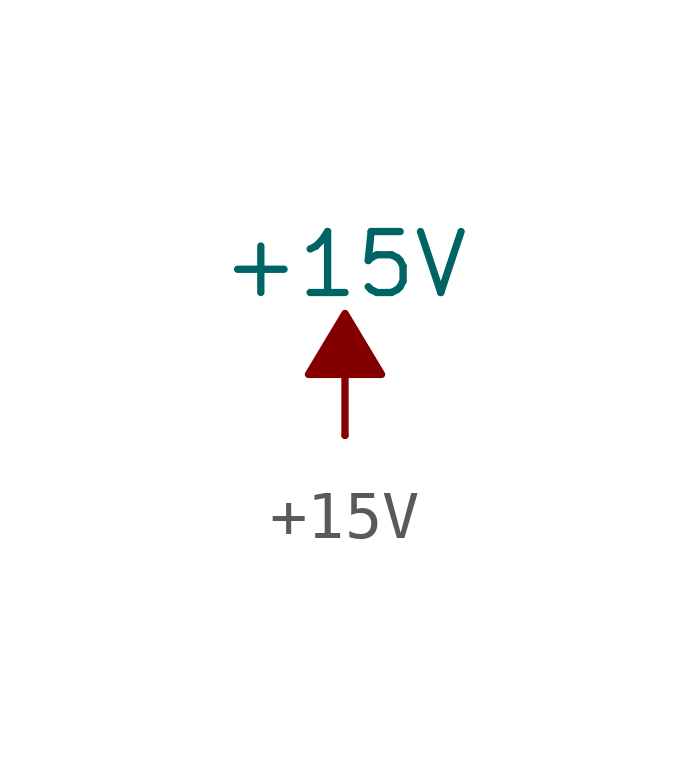
<source format=kicad_sym>
(kicad_symbol_lib
  (version 20241209)
  (generator "kicad_symbol_editor")
  (generator_version "9.0")
  (symbol "+15V"
    (power)
    (pin_numbers
      (hide yes))
    (pin_names
      (offset 0)
      (hide yes))
    (property "Reference" "#PWR"
      (at 0 -3.81 0)
      (effects (font (size 1.27 1.27)) (hide yes)))
    (property "Value" "+15V"
      (at 0 3.556 0)
      (effects (font (size 1.27 1.27))))
    (symbol "+15V_0_1"
      (polyline (pts (xy 0 0) (xy 0 1.27) (xy 0.762 1.27) (xy 0 2.54) (xy -0.762 1.27) (xy 0 1.27)) (stroke (width 0) (type default)) (fill (type outline))))
    (symbol "+15V_1_0"
      (pin power_in line (at 0 0 90) (length 0) (name "~" (effects (font (size 1.27 1.27)))) (number "1" (effects (font (size 1.27 1.27))))))))
</source>
